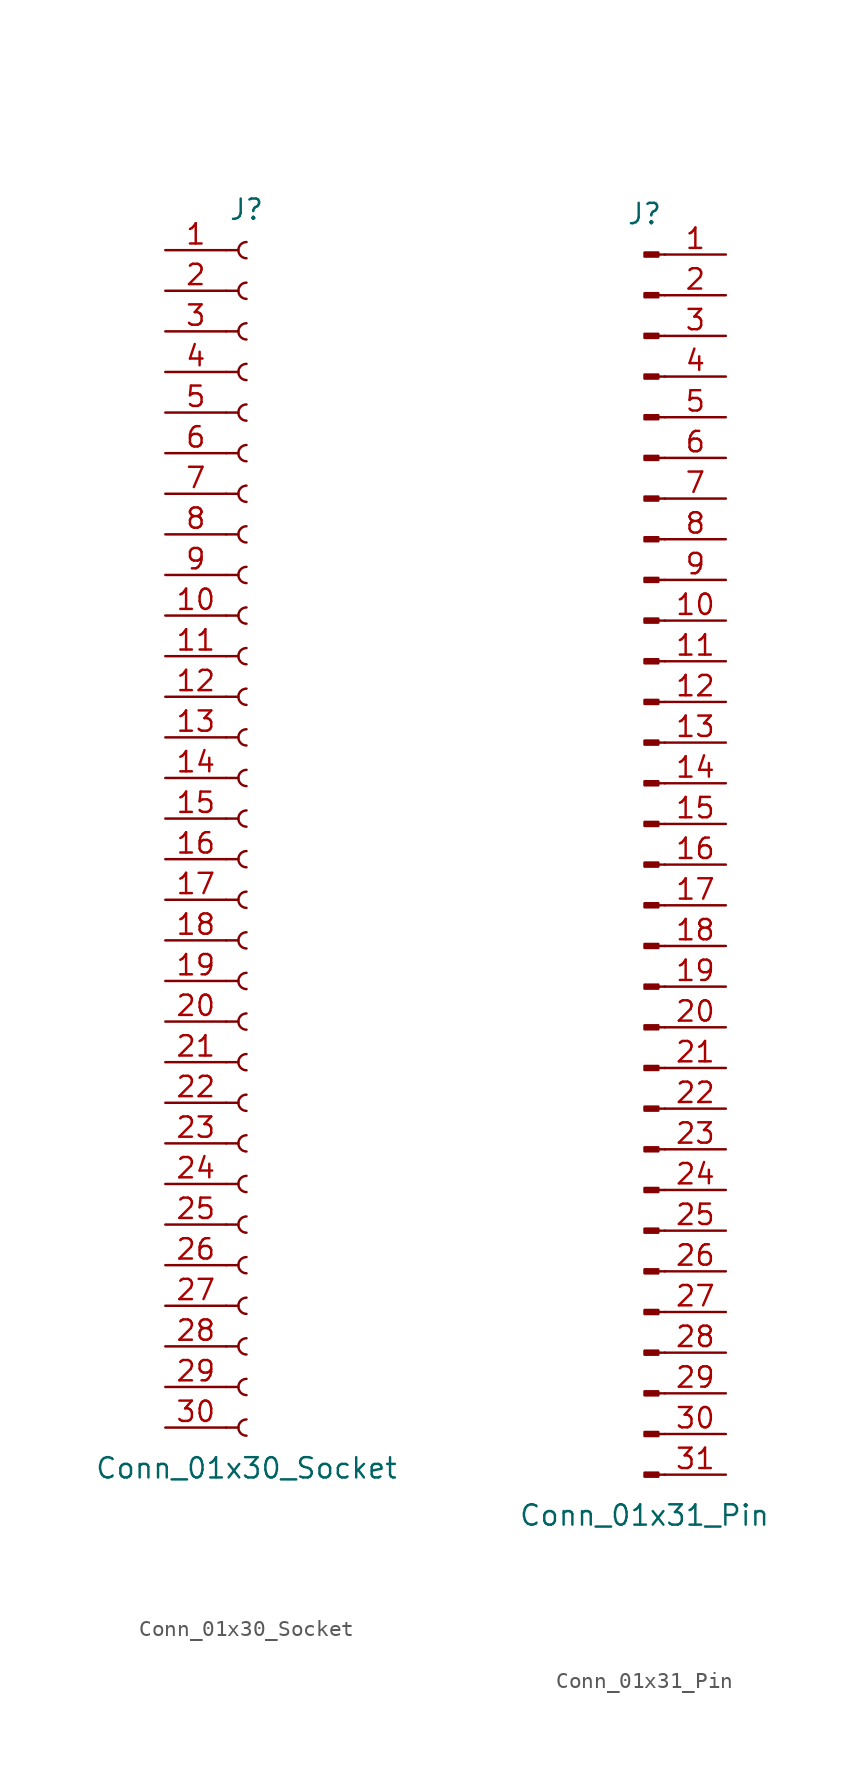
<source format=kicad_sym>
(kicad_symbol_lib
  (version 20220914)
  (generator kicad_symbol_editor)
  (symbol "Conn_01x30_Socket"
    (pin_names
      (offset 1.016) hide)
    (property "Reference" "J"
      (at 0 38.1 0)
      (effects (font (size 1.27 1.27))))
    (property "Value" "Conn_01x30_Socket"
      (at 0 -40.64 0)
      (effects (font (size 1.27 1.27))))
    (property "ki_locked" ""
      (at 0 0 0)
      (effects (font (size 1.27 1.27))))
    (symbol "Conn_01x30_Socket_1_1"
      (arc (start 0 -37.592) (mid -0.5058 -38.1) (end 0 -38.608) (stroke (width 0.1524) (type default)) (fill (type none)))
      (arc (start 0 -35.052) (mid -0.5058 -35.56) (end 0 -36.068) (stroke (width 0.1524) (type default)) (fill (type none)))
      (arc (start 0 -32.512) (mid -0.5058 -33.02) (end 0 -33.528) (stroke (width 0.1524) (type default)) (fill (type none)))
      (arc (start 0 -29.972) (mid -0.5058 -30.48) (end 0 -30.988) (stroke (width 0.1524) (type default)) (fill (type none)))
      (arc (start 0 -27.432) (mid -0.5058 -27.94) (end 0 -28.448) (stroke (width 0.1524) (type default)) (fill (type none)))
      (arc (start 0 -24.892) (mid -0.5058 -25.4) (end 0 -25.908) (stroke (width 0.1524) (type default)) (fill (type none)))
      (arc (start 0 -22.352) (mid -0.5058 -22.86) (end 0 -23.368) (stroke (width 0.1524) (type default)) (fill (type none)))
      (arc (start 0 -19.812) (mid -0.5058 -20.32) (end 0 -20.828) (stroke (width 0.1524) (type default)) (fill (type none)))
      (arc (start 0 -17.272) (mid -0.5058 -17.78) (end 0 -18.288) (stroke (width 0.1524) (type default)) (fill (type none)))
      (arc (start 0 -14.732) (mid -0.5058 -15.24) (end 0 -15.748) (stroke (width 0.1524) (type default)) (fill (type none)))
      (arc (start 0 -12.192) (mid -0.5058 -12.7) (end 0 -13.208) (stroke (width 0.1524) (type default)) (fill (type none)))
      (arc (start 0 -9.652) (mid -0.5058 -10.16) (end 0 -10.668) (stroke (width 0.1524) (type default)) (fill (type none)))
      (arc (start 0 -7.112) (mid -0.5058 -7.62) (end 0 -8.128) (stroke (width 0.1524) (type default)) (fill (type none)))
      (arc (start 0 -4.572) (mid -0.5058 -5.08) (end 0 -5.588) (stroke (width 0.1524) (type default)) (fill (type none)))
      (arc (start 0 -2.032) (mid -0.5058 -2.54) (end 0 -3.048) (stroke (width 0.1524) (type default)) (fill (type none)))
      (polyline (pts (xy -1.27 -38.1) (xy -0.508 -38.1)) (stroke (width 0.152) (type default)) (fill (type none)))
      (polyline (pts (xy -1.27 -35.56) (xy -0.508 -35.56)) (stroke (width 0.152) (type default)) (fill (type none)))
      (polyline (pts (xy -1.27 -33.02) (xy -0.508 -33.02)) (stroke (width 0.152) (type default)) (fill (type none)))
      (polyline (pts (xy -1.27 -30.48) (xy -0.508 -30.48)) (stroke (width 0.152) (type default)) (fill (type none)))
      (polyline (pts (xy -1.27 -27.94) (xy -0.508 -27.94)) (stroke (width 0.152) (type default)) (fill (type none)))
      (polyline (pts (xy -1.27 -25.4) (xy -0.508 -25.4)) (stroke (width 0.152) (type default)) (fill (type none)))
      (polyline (pts (xy -1.27 -22.86) (xy -0.508 -22.86)) (stroke (width 0.152) (type default)) (fill (type none)))
      (polyline (pts (xy -1.27 -20.32) (xy -0.508 -20.32)) (stroke (width 0.152) (type default)) (fill (type none)))
      (polyline (pts (xy -1.27 -17.78) (xy -0.508 -17.78)) (stroke (width 0.152) (type default)) (fill (type none)))
      (polyline (pts (xy -1.27 -15.24) (xy -0.508 -15.24)) (stroke (width 0.152) (type default)) (fill (type none)))
      (polyline (pts (xy -1.27 -12.7) (xy -0.508 -12.7)) (stroke (width 0.152) (type default)) (fill (type none)))
      (polyline (pts (xy -1.27 -10.16) (xy -0.508 -10.16)) (stroke (width 0.152) (type default)) (fill (type none)))
      (polyline (pts (xy -1.27 -7.62) (xy -0.508 -7.62)) (stroke (width 0.152) (type default)) (fill (type none)))
      (polyline (pts (xy -1.27 -5.08) (xy -0.508 -5.08)) (stroke (width 0.152) (type default)) (fill (type none)))
      (polyline (pts (xy -1.27 -2.54) (xy -0.508 -2.54)) (stroke (width 0.152) (type default)) (fill (type none)))
      (polyline (pts (xy -1.27 0) (xy -0.508 0)) (stroke (width 0.152) (type default)) (fill (type none)))
      (polyline (pts (xy -1.27 2.54) (xy -0.508 2.54)) (stroke (width 0.152) (type default)) (fill (type none)))
      (polyline (pts (xy -1.27 5.08) (xy -0.508 5.08)) (stroke (width 0.152) (type default)) (fill (type none)))
      (polyline (pts (xy -1.27 7.62) (xy -0.508 7.62)) (stroke (width 0.152) (type default)) (fill (type none)))
      (polyline (pts (xy -1.27 10.16) (xy -0.508 10.16)) (stroke (width 0.152) (type default)) (fill (type none)))
      (polyline (pts (xy -1.27 12.7) (xy -0.508 12.7)) (stroke (width 0.152) (type default)) (fill (type none)))
      (polyline (pts (xy -1.27 15.24) (xy -0.508 15.24)) (stroke (width 0.152) (type default)) (fill (type none)))
      (polyline (pts (xy -1.27 17.78) (xy -0.508 17.78)) (stroke (width 0.152) (type default)) (fill (type none)))
      (polyline (pts (xy -1.27 20.32) (xy -0.508 20.32)) (stroke (width 0.152) (type default)) (fill (type none)))
      (polyline (pts (xy -1.27 22.86) (xy -0.508 22.86)) (stroke (width 0.152) (type default)) (fill (type none)))
      (polyline (pts (xy -1.27 25.4) (xy -0.508 25.4)) (stroke (width 0.152) (type default)) (fill (type none)))
      (polyline (pts (xy -1.27 27.94) (xy -0.508 27.94)) (stroke (width 0.152) (type default)) (fill (type none)))
      (polyline (pts (xy -1.27 30.48) (xy -0.508 30.48)) (stroke (width 0.152) (type default)) (fill (type none)))
      (polyline (pts (xy -1.27 33.02) (xy -0.508 33.02)) (stroke (width 0.152) (type default)) (fill (type none)))
      (polyline (pts (xy -1.27 35.56) (xy -0.508 35.56)) (stroke (width 0.152) (type default)) (fill (type none)))
      (arc (start 0 0.508) (mid -0.5058 0) (end 0 -0.508) (stroke (width 0.1524) (type default)) (fill (type none)))
      (arc (start 0 3.048) (mid -0.5058 2.54) (end 0 2.032) (stroke (width 0.1524) (type default)) (fill (type none)))
      (arc (start 0 5.588) (mid -0.5058 5.08) (end 0 4.572) (stroke (width 0.1524) (type default)) (fill (type none)))
      (arc (start 0 8.128) (mid -0.5058 7.62) (end 0 7.112) (stroke (width 0.1524) (type default)) (fill (type none)))
      (arc (start 0 10.668) (mid -0.5058 10.16) (end 0 9.652) (stroke (width 0.1524) (type default)) (fill (type none)))
      (arc (start 0 13.208) (mid -0.5058 12.7) (end 0 12.192) (stroke (width 0.1524) (type default)) (fill (type none)))
      (arc (start 0 15.748) (mid -0.5058 15.24) (end 0 14.732) (stroke (width 0.1524) (type default)) (fill (type none)))
      (arc (start 0 18.288) (mid -0.5058 17.78) (end 0 17.272) (stroke (width 0.1524) (type default)) (fill (type none)))
      (arc (start 0 20.828) (mid -0.5058 20.32) (end 0 19.812) (stroke (width 0.1524) (type default)) (fill (type none)))
      (arc (start 0 23.368) (mid -0.5058 22.86) (end 0 22.352) (stroke (width 0.1524) (type default)) (fill (type none)))
      (arc (start 0 25.908) (mid -0.5058 25.4) (end 0 24.892) (stroke (width 0.1524) (type default)) (fill (type none)))
      (arc (start 0 28.448) (mid -0.5058 27.94) (end 0 27.432) (stroke (width 0.1524) (type default)) (fill (type none)))
      (arc (start 0 30.988) (mid -0.5058 30.48) (end 0 29.972) (stroke (width 0.1524) (type default)) (fill (type none)))
      (arc (start 0 33.528) (mid -0.5058 33.02) (end 0 32.512) (stroke (width 0.1524) (type default)) (fill (type none)))
      (arc (start 0 36.068) (mid -0.5058 35.56) (end 0 35.052) (stroke (width 0.1524) (type default)) (fill (type none)))
      (pin passive line (at -5.08 35.56 0) (length 3.81) (name "Pin_1" (effects (font (size 1.27 1.27)))) (number "1" (effects (font (size 1.27 1.27)))))
      (pin passive line (at -5.08 12.7 0) (length 3.81) (name "Pin_10" (effects (font (size 1.27 1.27)))) (number "10" (effects (font (size 1.27 1.27)))))
      (pin passive line (at -5.08 10.16 0) (length 3.81) (name "Pin_11" (effects (font (size 1.27 1.27)))) (number "11" (effects (font (size 1.27 1.27)))))
      (pin passive line (at -5.08 7.62 0) (length 3.81) (name "Pin_12" (effects (font (size 1.27 1.27)))) (number "12" (effects (font (size 1.27 1.27)))))
      (pin passive line (at -5.08 5.08 0) (length 3.81) (name "Pin_13" (effects (font (size 1.27 1.27)))) (number "13" (effects (font (size 1.27 1.27)))))
      (pin passive line (at -5.08 2.54 0) (length 3.81) (name "Pin_14" (effects (font (size 1.27 1.27)))) (number "14" (effects (font (size 1.27 1.27)))))
      (pin passive line (at -5.08 0 0) (length 3.81) (name "Pin_15" (effects (font (size 1.27 1.27)))) (number "15" (effects (font (size 1.27 1.27)))))
      (pin passive line (at -5.08 -2.54 0) (length 3.81) (name "Pin_16" (effects (font (size 1.27 1.27)))) (number "16" (effects (font (size 1.27 1.27)))))
      (pin passive line (at -5.08 -5.08 0) (length 3.81) (name "Pin_17" (effects (font (size 1.27 1.27)))) (number "17" (effects (font (size 1.27 1.27)))))
      (pin passive line (at -5.08 -7.62 0) (length 3.81) (name "Pin_18" (effects (font (size 1.27 1.27)))) (number "18" (effects (font (size 1.27 1.27)))))
      (pin passive line (at -5.08 -10.16 0) (length 3.81) (name "Pin_19" (effects (font (size 1.27 1.27)))) (number "19" (effects (font (size 1.27 1.27)))))
      (pin passive line (at -5.08 33.02 0) (length 3.81) (name "Pin_2" (effects (font (size 1.27 1.27)))) (number "2" (effects (font (size 1.27 1.27)))))
      (pin passive line (at -5.08 -12.7 0) (length 3.81) (name "Pin_20" (effects (font (size 1.27 1.27)))) (number "20" (effects (font (size 1.27 1.27)))))
      (pin passive line (at -5.08 -15.24 0) (length 3.81) (name "Pin_21" (effects (font (size 1.27 1.27)))) (number "21" (effects (font (size 1.27 1.27)))))
      (pin passive line (at -5.08 -17.78 0) (length 3.81) (name "Pin_22" (effects (font (size 1.27 1.27)))) (number "22" (effects (font (size 1.27 1.27)))))
      (pin passive line (at -5.08 -20.32 0) (length 3.81) (name "Pin_23" (effects (font (size 1.27 1.27)))) (number "23" (effects (font (size 1.27 1.27)))))
      (pin passive line (at -5.08 -22.86 0) (length 3.81) (name "Pin_24" (effects (font (size 1.27 1.27)))) (number "24" (effects (font (size 1.27 1.27)))))
      (pin passive line (at -5.08 -25.4 0) (length 3.81) (name "Pin_25" (effects (font (size 1.27 1.27)))) (number "25" (effects (font (size 1.27 1.27)))))
      (pin passive line (at -5.08 -27.94 0) (length 3.81) (name "Pin_26" (effects (font (size 1.27 1.27)))) (number "26" (effects (font (size 1.27 1.27)))))
      (pin passive line (at -5.08 -30.48 0) (length 3.81) (name "Pin_27" (effects (font (size 1.27 1.27)))) (number "27" (effects (font (size 1.27 1.27)))))
      (pin passive line (at -5.08 -33.02 0) (length 3.81) (name "Pin_28" (effects (font (size 1.27 1.27)))) (number "28" (effects (font (size 1.27 1.27)))))
      (pin passive line (at -5.08 -35.56 0) (length 3.81) (name "Pin_29" (effects (font (size 1.27 1.27)))) (number "29" (effects (font (size 1.27 1.27)))))
      (pin passive line (at -5.08 30.48 0) (length 3.81) (name "Pin_3" (effects (font (size 1.27 1.27)))) (number "3" (effects (font (size 1.27 1.27)))))
      (pin passive line (at -5.08 -38.1 0) (length 3.81) (name "Pin_30" (effects (font (size 1.27 1.27)))) (number "30" (effects (font (size 1.27 1.27)))))
      (pin passive line (at -5.08 27.94 0) (length 3.81) (name "Pin_4" (effects (font (size 1.27 1.27)))) (number "4" (effects (font (size 1.27 1.27)))))
      (pin passive line (at -5.08 25.4 0) (length 3.81) (name "Pin_5" (effects (font (size 1.27 1.27)))) (number "5" (effects (font (size 1.27 1.27)))))
      (pin passive line (at -5.08 22.86 0) (length 3.81) (name "Pin_6" (effects (font (size 1.27 1.27)))) (number "6" (effects (font (size 1.27 1.27)))))
      (pin passive line (at -5.08 20.32 0) (length 3.81) (name "Pin_7" (effects (font (size 1.27 1.27)))) (number "7" (effects (font (size 1.27 1.27)))))
      (pin passive line (at -5.08 17.78 0) (length 3.81) (name "Pin_8" (effects (font (size 1.27 1.27)))) (number "8" (effects (font (size 1.27 1.27)))))
      (pin passive line (at -5.08 15.24 0) (length 3.81) (name "Pin_9" (effects (font (size 1.27 1.27)))) (number "9" (effects (font (size 1.27 1.27)))))))
  (symbol "Conn_01x31_Pin"
    (pin_names
      (offset 1.016) hide)
    (property "Reference" "J"
      (at 0 40.64 0)
      (effects (font (size 1.27 1.27))))
    (property "Value" "Conn_01x31_Pin"
      (at 0 -40.64 0)
      (effects (font (size 1.27 1.27))))
    (property "ki_locked" ""
      (at 0 0 0)
      (effects (font (size 1.27 1.27))))
    (symbol "Conn_01x31_Pin_1_1"
      (polyline (pts (xy 1.27 -38.1) (xy 0.864 -38.1)) (stroke (width 0.152) (type default)) (fill (type none)))
      (polyline (pts (xy 1.27 -35.56) (xy 0.864 -35.56)) (stroke (width 0.152) (type default)) (fill (type none)))
      (polyline (pts (xy 1.27 -33.02) (xy 0.864 -33.02)) (stroke (width 0.152) (type default)) (fill (type none)))
      (polyline (pts (xy 1.27 -30.48) (xy 0.864 -30.48)) (stroke (width 0.152) (type default)) (fill (type none)))
      (polyline (pts (xy 1.27 -27.94) (xy 0.864 -27.94)) (stroke (width 0.152) (type default)) (fill (type none)))
      (polyline (pts (xy 1.27 -25.4) (xy 0.864 -25.4)) (stroke (width 0.152) (type default)) (fill (type none)))
      (polyline (pts (xy 1.27 -22.86) (xy 0.864 -22.86)) (stroke (width 0.152) (type default)) (fill (type none)))
      (polyline (pts (xy 1.27 -20.32) (xy 0.864 -20.32)) (stroke (width 0.152) (type default)) (fill (type none)))
      (polyline (pts (xy 1.27 -17.78) (xy 0.864 -17.78)) (stroke (width 0.152) (type default)) (fill (type none)))
      (polyline (pts (xy 1.27 -15.24) (xy 0.864 -15.24)) (stroke (width 0.152) (type default)) (fill (type none)))
      (polyline (pts (xy 1.27 -12.7) (xy 0.864 -12.7)) (stroke (width 0.152) (type default)) (fill (type none)))
      (polyline (pts (xy 1.27 -10.16) (xy 0.864 -10.16)) (stroke (width 0.152) (type default)) (fill (type none)))
      (polyline (pts (xy 1.27 -7.62) (xy 0.864 -7.62)) (stroke (width 0.152) (type default)) (fill (type none)))
      (polyline (pts (xy 1.27 -5.08) (xy 0.864 -5.08)) (stroke (width 0.152) (type default)) (fill (type none)))
      (polyline (pts (xy 1.27 -2.54) (xy 0.864 -2.54)) (stroke (width 0.152) (type default)) (fill (type none)))
      (polyline (pts (xy 1.27 0) (xy 0.864 0)) (stroke (width 0.152) (type default)) (fill (type none)))
      (polyline (pts (xy 1.27 2.54) (xy 0.864 2.54)) (stroke (width 0.152) (type default)) (fill (type none)))
      (polyline (pts (xy 1.27 5.08) (xy 0.864 5.08)) (stroke (width 0.152) (type default)) (fill (type none)))
      (polyline (pts (xy 1.27 7.62) (xy 0.864 7.62)) (stroke (width 0.152) (type default)) (fill (type none)))
      (polyline (pts (xy 1.27 10.16) (xy 0.864 10.16)) (stroke (width 0.152) (type default)) (fill (type none)))
      (polyline (pts (xy 1.27 12.7) (xy 0.864 12.7)) (stroke (width 0.152) (type default)) (fill (type none)))
      (polyline (pts (xy 1.27 15.24) (xy 0.864 15.24)) (stroke (width 0.152) (type default)) (fill (type none)))
      (polyline (pts (xy 1.27 17.78) (xy 0.864 17.78)) (stroke (width 0.152) (type default)) (fill (type none)))
      (polyline (pts (xy 1.27 20.32) (xy 0.864 20.32)) (stroke (width 0.152) (type default)) (fill (type none)))
      (polyline (pts (xy 1.27 22.86) (xy 0.864 22.86)) (stroke (width 0.152) (type default)) (fill (type none)))
      (polyline (pts (xy 1.27 25.4) (xy 0.864 25.4)) (stroke (width 0.152) (type default)) (fill (type none)))
      (polyline (pts (xy 1.27 27.94) (xy 0.864 27.94)) (stroke (width 0.152) (type default)) (fill (type none)))
      (polyline (pts (xy 1.27 30.48) (xy 0.864 30.48)) (stroke (width 0.152) (type default)) (fill (type none)))
      (polyline (pts (xy 1.27 33.02) (xy 0.864 33.02)) (stroke (width 0.152) (type default)) (fill (type none)))
      (polyline (pts (xy 1.27 35.56) (xy 0.864 35.56)) (stroke (width 0.152) (type default)) (fill (type none)))
      (polyline (pts (xy 1.27 38.1) (xy 0.864 38.1)) (stroke (width 0.152) (type default)) (fill (type none)))
      (rectangle (start 0.864 -37.973) (end 0 -38.227) (stroke (width 0.152) (type default)) (fill (type outline)))
      (rectangle (start 0.864 -35.433) (end 0 -35.687) (stroke (width 0.152) (type default)) (fill (type outline)))
      (rectangle (start 0.864 -32.893) (end 0 -33.147) (stroke (width 0.152) (type default)) (fill (type outline)))
      (rectangle (start 0.864 -30.353) (end 0 -30.607) (stroke (width 0.152) (type default)) (fill (type outline)))
      (rectangle (start 0.864 -27.813) (end 0 -28.067) (stroke (width 0.152) (type default)) (fill (type outline)))
      (rectangle (start 0.864 -25.273) (end 0 -25.527) (stroke (width 0.152) (type default)) (fill (type outline)))
      (rectangle (start 0.864 -22.733) (end 0 -22.987) (stroke (width 0.152) (type default)) (fill (type outline)))
      (rectangle (start 0.864 -20.193) (end 0 -20.447) (stroke (width 0.152) (type default)) (fill (type outline)))
      (rectangle (start 0.864 -17.653) (end 0 -17.907) (stroke (width 0.152) (type default)) (fill (type outline)))
      (rectangle (start 0.864 -15.113) (end 0 -15.367) (stroke (width 0.152) (type default)) (fill (type outline)))
      (rectangle (start 0.864 -12.573) (end 0 -12.827) (stroke (width 0.152) (type default)) (fill (type outline)))
      (rectangle (start 0.864 -10.033) (end 0 -10.287) (stroke (width 0.152) (type default)) (fill (type outline)))
      (rectangle (start 0.864 -7.493) (end 0 -7.747) (stroke (width 0.152) (type default)) (fill (type outline)))
      (rectangle (start 0.864 -4.953) (end 0 -5.207) (stroke (width 0.152) (type default)) (fill (type outline)))
      (rectangle (start 0.864 -2.413) (end 0 -2.667) (stroke (width 0.152) (type default)) (fill (type outline)))
      (rectangle (start 0.864 0.127) (end 0 -0.127) (stroke (width 0.152) (type default)) (fill (type outline)))
      (rectangle (start 0.864 2.667) (end 0 2.413) (stroke (width 0.152) (type default)) (fill (type outline)))
      (rectangle (start 0.864 5.207) (end 0 4.953) (stroke (width 0.152) (type default)) (fill (type outline)))
      (rectangle (start 0.864 7.747) (end 0 7.493) (stroke (width 0.152) (type default)) (fill (type outline)))
      (rectangle (start 0.864 10.287) (end 0 10.033) (stroke (width 0.152) (type default)) (fill (type outline)))
      (rectangle (start 0.864 12.827) (end 0 12.573) (stroke (width 0.152) (type default)) (fill (type outline)))
      (rectangle (start 0.864 15.367) (end 0 15.113) (stroke (width 0.152) (type default)) (fill (type outline)))
      (rectangle (start 0.864 17.907) (end 0 17.653) (stroke (width 0.152) (type default)) (fill (type outline)))
      (rectangle (start 0.864 20.447) (end 0 20.193) (stroke (width 0.152) (type default)) (fill (type outline)))
      (rectangle (start 0.864 22.987) (end 0 22.733) (stroke (width 0.152) (type default)) (fill (type outline)))
      (rectangle (start 0.864 25.527) (end 0 25.273) (stroke (width 0.152) (type default)) (fill (type outline)))
      (rectangle (start 0.864 28.067) (end 0 27.813) (stroke (width 0.152) (type default)) (fill (type outline)))
      (rectangle (start 0.864 30.607) (end 0 30.353) (stroke (width 0.152) (type default)) (fill (type outline)))
      (rectangle (start 0.864 33.147) (end 0 32.893) (stroke (width 0.152) (type default)) (fill (type outline)))
      (rectangle (start 0.864 35.687) (end 0 35.433) (stroke (width 0.152) (type default)) (fill (type outline)))
      (rectangle (start 0.864 38.227) (end 0 37.973) (stroke (width 0.152) (type default)) (fill (type outline)))
      (pin passive line (at 5.08 38.1 180) (length 3.81) (name "Pin_1" (effects (font (size 1.27 1.27)))) (number "1" (effects (font (size 1.27 1.27)))))
      (pin passive line (at 5.08 15.24 180) (length 3.81) (name "Pin_10" (effects (font (size 1.27 1.27)))) (number "10" (effects (font (size 1.27 1.27)))))
      (pin passive line (at 5.08 12.7 180) (length 3.81) (name "Pin_11" (effects (font (size 1.27 1.27)))) (number "11" (effects (font (size 1.27 1.27)))))
      (pin passive line (at 5.08 10.16 180) (length 3.81) (name "Pin_12" (effects (font (size 1.27 1.27)))) (number "12" (effects (font (size 1.27 1.27)))))
      (pin passive line (at 5.08 7.62 180) (length 3.81) (name "Pin_13" (effects (font (size 1.27 1.27)))) (number "13" (effects (font (size 1.27 1.27)))))
      (pin passive line (at 5.08 5.08 180) (length 3.81) (name "Pin_14" (effects (font (size 1.27 1.27)))) (number "14" (effects (font (size 1.27 1.27)))))
      (pin passive line (at 5.08 2.54 180) (length 3.81) (name "Pin_15" (effects (font (size 1.27 1.27)))) (number "15" (effects (font (size 1.27 1.27)))))
      (pin passive line (at 5.08 0 180) (length 3.81) (name "Pin_16" (effects (font (size 1.27 1.27)))) (number "16" (effects (font (size 1.27 1.27)))))
      (pin passive line (at 5.08 -2.54 180) (length 3.81) (name "Pin_17" (effects (font (size 1.27 1.27)))) (number "17" (effects (font (size 1.27 1.27)))))
      (pin passive line (at 5.08 -5.08 180) (length 3.81) (name "Pin_18" (effects (font (size 1.27 1.27)))) (number "18" (effects (font (size 1.27 1.27)))))
      (pin passive line (at 5.08 -7.62 180) (length 3.81) (name "Pin_19" (effects (font (size 1.27 1.27)))) (number "19" (effects (font (size 1.27 1.27)))))
      (pin passive line (at 5.08 35.56 180) (length 3.81) (name "Pin_2" (effects (font (size 1.27 1.27)))) (number "2" (effects (font (size 1.27 1.27)))))
      (pin passive line (at 5.08 -10.16 180) (length 3.81) (name "Pin_20" (effects (font (size 1.27 1.27)))) (number "20" (effects (font (size 1.27 1.27)))))
      (pin passive line (at 5.08 -12.7 180) (length 3.81) (name "Pin_21" (effects (font (size 1.27 1.27)))) (number "21" (effects (font (size 1.27 1.27)))))
      (pin passive line (at 5.08 -15.24 180) (length 3.81) (name "Pin_22" (effects (font (size 1.27 1.27)))) (number "22" (effects (font (size 1.27 1.27)))))
      (pin passive line (at 5.08 -17.78 180) (length 3.81) (name "Pin_23" (effects (font (size 1.27 1.27)))) (number "23" (effects (font (size 1.27 1.27)))))
      (pin passive line (at 5.08 -20.32 180) (length 3.81) (name "Pin_24" (effects (font (size 1.27 1.27)))) (number "24" (effects (font (size 1.27 1.27)))))
      (pin passive line (at 5.08 -22.86 180) (length 3.81) (name "Pin_25" (effects (font (size 1.27 1.27)))) (number "25" (effects (font (size 1.27 1.27)))))
      (pin passive line (at 5.08 -25.4 180) (length 3.81) (name "Pin_26" (effects (font (size 1.27 1.27)))) (number "26" (effects (font (size 1.27 1.27)))))
      (pin passive line (at 5.08 -27.94 180) (length 3.81) (name "Pin_27" (effects (font (size 1.27 1.27)))) (number "27" (effects (font (size 1.27 1.27)))))
      (pin passive line (at 5.08 -30.48 180) (length 3.81) (name "Pin_28" (effects (font (size 1.27 1.27)))) (number "28" (effects (font (size 1.27 1.27)))))
      (pin passive line (at 5.08 -33.02 180) (length 3.81) (name "Pin_29" (effects (font (size 1.27 1.27)))) (number "29" (effects (font (size 1.27 1.27)))))
      (pin passive line (at 5.08 33.02 180) (length 3.81) (name "Pin_3" (effects (font (size 1.27 1.27)))) (number "3" (effects (font (size 1.27 1.27)))))
      (pin passive line (at 5.08 -35.56 180) (length 3.81) (name "Pin_30" (effects (font (size 1.27 1.27)))) (number "30" (effects (font (size 1.27 1.27)))))
      (pin passive line (at 5.08 -38.1 180) (length 3.81) (name "Pin_31" (effects (font (size 1.27 1.27)))) (number "31" (effects (font (size 1.27 1.27)))))
      (pin passive line (at 5.08 30.48 180) (length 3.81) (name "Pin_4" (effects (font (size 1.27 1.27)))) (number "4" (effects (font (size 1.27 1.27)))))
      (pin passive line (at 5.08 27.94 180) (length 3.81) (name "Pin_5" (effects (font (size 1.27 1.27)))) (number "5" (effects (font (size 1.27 1.27)))))
      (pin passive line (at 5.08 25.4 180) (length 3.81) (name "Pin_6" (effects (font (size 1.27 1.27)))) (number "6" (effects (font (size 1.27 1.27)))))
      (pin passive line (at 5.08 22.86 180) (length 3.81) (name "Pin_7" (effects (font (size 1.27 1.27)))) (number "7" (effects (font (size 1.27 1.27)))))
      (pin passive line (at 5.08 20.32 180) (length 3.81) (name "Pin_8" (effects (font (size 1.27 1.27)))) (number "8" (effects (font (size 1.27 1.27)))))
      (pin passive line (at 5.08 17.78 180) (length 3.81) (name "Pin_9" (effects (font (size 1.27 1.27)))) (number "9" (effects (font (size 1.27 1.27))))))))
</source>
